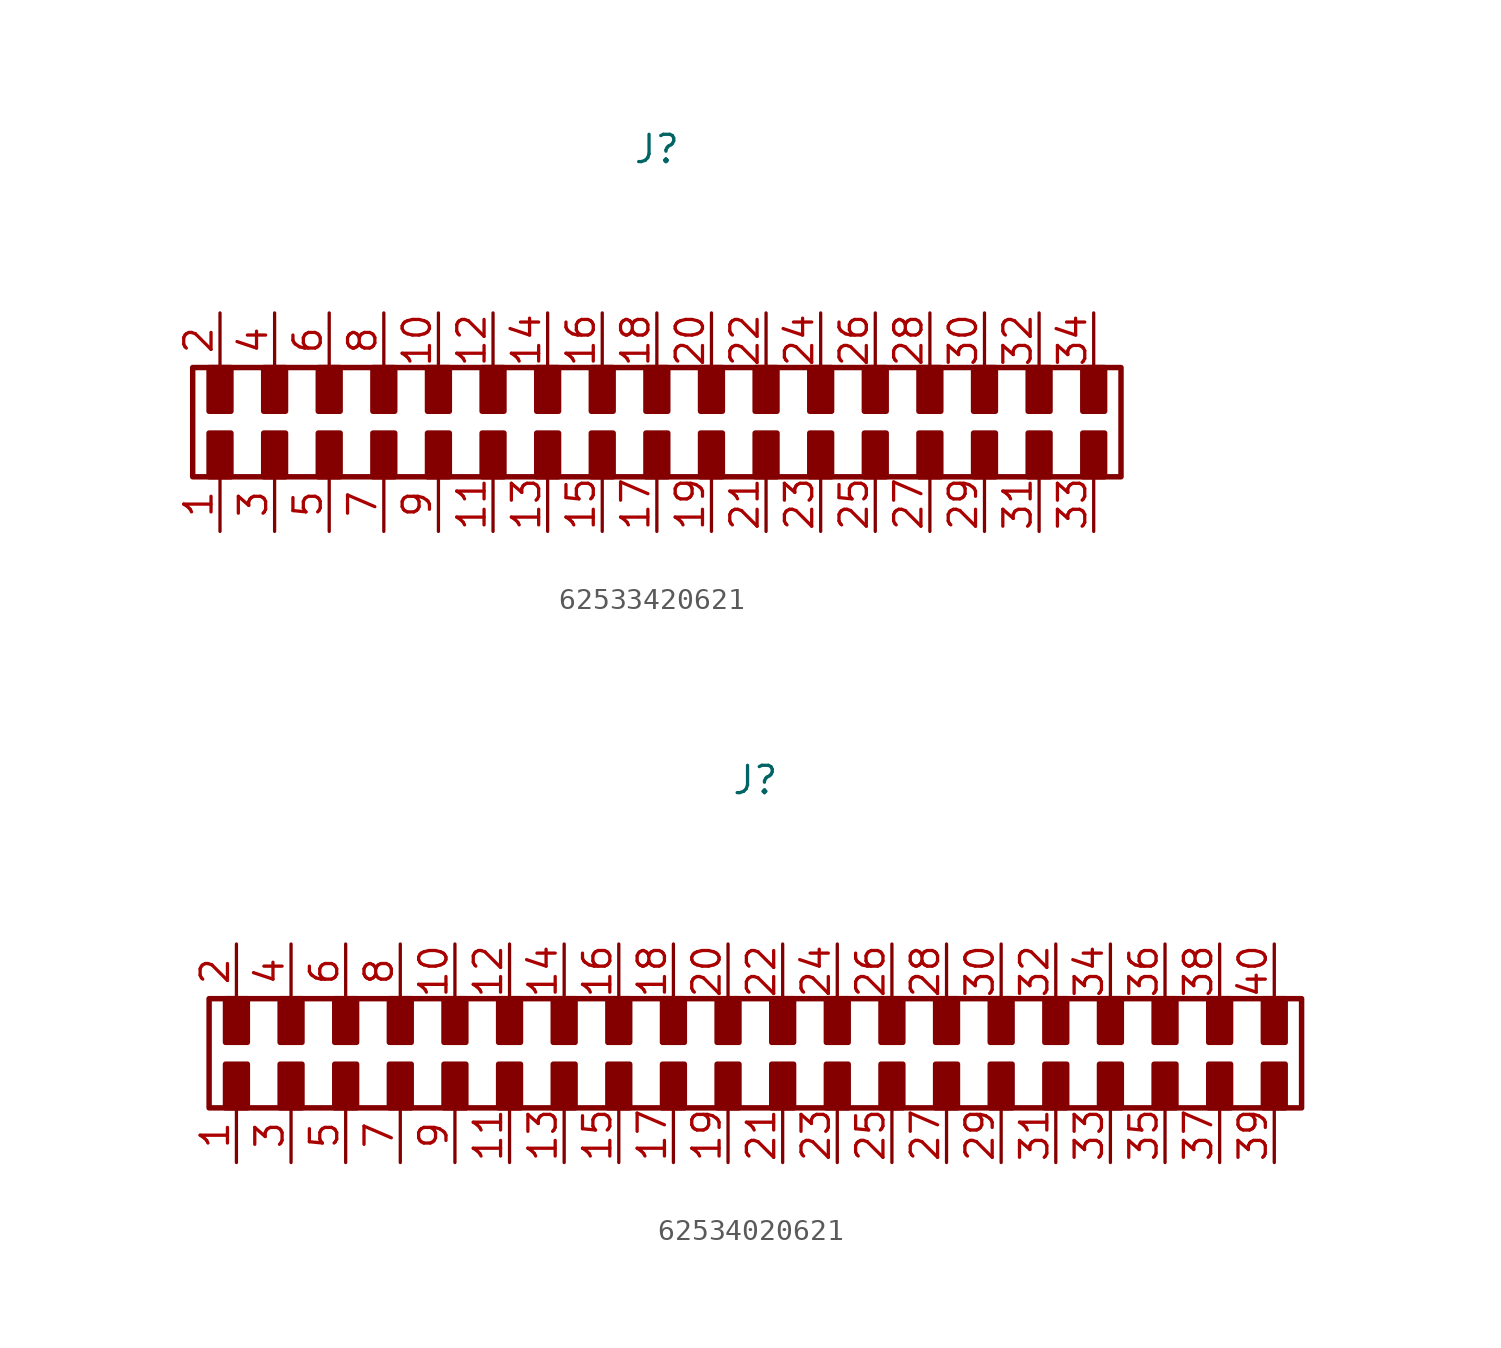
<source format=kicad_sym>
(kicad_symbol_lib
  (version 20241209)
  (generator "kicad_symbol_editor")
  (generator_version "9.0")
  (symbol "62533420621"
    (pin_names
      (hide yes))
    (property "Reference" "J"
      (at 0 12.7 0)
      (effects (font (size 1.27 1.27))))
    (symbol "62533420621_1_1"
      (rectangle (start -21.59 2.54) (end 21.59 -2.54) (stroke (width 0.254) (type solid)) (fill (type none)))
      (rectangle (start -20.828 2.54) (end -19.812 0.508) (stroke (width 0.254) (type solid)) (fill (type outline)))
      (rectangle (start -20.828 -0.508) (end -19.812 -2.54) (stroke (width 0.254) (type solid)) (fill (type outline)))
      (rectangle (start -18.288 2.54) (end -17.272 0.508) (stroke (width 0.254) (type solid)) (fill (type outline)))
      (rectangle (start -18.288 -0.508) (end -17.272 -2.54) (stroke (width 0.254) (type solid)) (fill (type outline)))
      (rectangle (start -15.748 2.54) (end -14.732 0.508) (stroke (width 0.254) (type solid)) (fill (type outline)))
      (rectangle (start -15.748 -0.508) (end -14.732 -2.54) (stroke (width 0.254) (type solid)) (fill (type outline)))
      (rectangle (start -13.208 2.54) (end -12.192 0.508) (stroke (width 0.254) (type solid)) (fill (type outline)))
      (rectangle (start -13.208 -0.508) (end -12.192 -2.54) (stroke (width 0.254) (type solid)) (fill (type outline)))
      (rectangle (start -10.668 2.54) (end -9.652 0.508) (stroke (width 0.254) (type solid)) (fill (type outline)))
      (rectangle (start -10.668 -0.508) (end -9.652 -2.54) (stroke (width 0.254) (type solid)) (fill (type outline)))
      (rectangle (start -8.128 2.54) (end -7.112 0.508) (stroke (width 0.254) (type solid)) (fill (type outline)))
      (rectangle (start -8.128 -0.508) (end -7.112 -2.54) (stroke (width 0.254) (type solid)) (fill (type outline)))
      (rectangle (start -5.588 2.54) (end -4.572 0.508) (stroke (width 0.254) (type solid)) (fill (type outline)))
      (rectangle (start -5.588 -0.508) (end -4.572 -2.54) (stroke (width 0.254) (type solid)) (fill (type outline)))
      (rectangle (start -3.048 2.54) (end -2.032 0.508) (stroke (width 0.254) (type solid)) (fill (type outline)))
      (rectangle (start -3.048 -0.508) (end -2.032 -2.54) (stroke (width 0.254) (type solid)) (fill (type outline)))
      (rectangle (start -0.508 2.54) (end 0.508 0.508) (stroke (width 0.254) (type solid)) (fill (type outline)))
      (rectangle (start -0.508 -0.508) (end 0.508 -2.54) (stroke (width 0.254) (type solid)) (fill (type outline)))
      (rectangle (start 2.032 2.54) (end 3.048 0.508) (stroke (width 0.254) (type solid)) (fill (type outline)))
      (rectangle (start 2.032 -0.508) (end 3.048 -2.54) (stroke (width 0.254) (type solid)) (fill (type outline)))
      (rectangle (start 4.572 2.54) (end 5.588 0.508) (stroke (width 0.254) (type solid)) (fill (type outline)))
      (rectangle (start 4.572 -0.508) (end 5.588 -2.54) (stroke (width 0.254) (type solid)) (fill (type outline)))
      (rectangle (start 7.112 2.54) (end 8.128 0.508) (stroke (width 0.254) (type solid)) (fill (type outline)))
      (rectangle (start 7.112 -0.508) (end 8.128 -2.54) (stroke (width 0.254) (type solid)) (fill (type outline)))
      (rectangle (start 9.652 2.54) (end 10.668 0.508) (stroke (width 0.254) (type solid)) (fill (type outline)))
      (rectangle (start 9.652 -0.508) (end 10.668 -2.54) (stroke (width 0.254) (type solid)) (fill (type outline)))
      (rectangle (start 12.192 2.54) (end 13.208 0.508) (stroke (width 0.254) (type solid)) (fill (type outline)))
      (rectangle (start 12.192 -0.508) (end 13.208 -2.54) (stroke (width 0.254) (type solid)) (fill (type outline)))
      (rectangle (start 14.732 2.54) (end 15.748 0.508) (stroke (width 0.254) (type solid)) (fill (type outline)))
      (rectangle (start 14.732 -0.508) (end 15.748 -2.54) (stroke (width 0.254) (type solid)) (fill (type outline)))
      (rectangle (start 17.272 2.54) (end 18.288 0.508) (stroke (width 0.254) (type solid)) (fill (type outline)))
      (rectangle (start 17.272 -0.508) (end 18.288 -2.54) (stroke (width 0.254) (type solid)) (fill (type outline)))
      (rectangle (start 19.812 2.54) (end 20.828 0.508) (stroke (width 0.254) (type solid)) (fill (type outline)))
      (rectangle (start 19.812 -0.508) (end 20.828 -2.54) (stroke (width 0.254) (type solid)) (fill (type outline)))
      (pin passive line (at -20.32 5.08 270) (length 2.54) (name "2" (effects (font (size 1.27 1.27)))) (number "2" (effects (font (size 1.27 1.27)))))
      (pin passive line (at -20.32 -5.08 90) (length 2.54) (name "1" (effects (font (size 1.27 1.27)))) (number "1" (effects (font (size 1.27 1.27)))))
      (pin passive line (at -17.78 5.08 270) (length 2.54) (name "4" (effects (font (size 1.27 1.27)))) (number "4" (effects (font (size 1.27 1.27)))))
      (pin passive line (at -17.78 -5.08 90) (length 2.54) (name "3" (effects (font (size 1.27 1.27)))) (number "3" (effects (font (size 1.27 1.27)))))
      (pin passive line (at -15.24 5.08 270) (length 2.54) (name "6" (effects (font (size 1.27 1.27)))) (number "6" (effects (font (size 1.27 1.27)))))
      (pin passive line (at -15.24 -5.08 90) (length 2.54) (name "5" (effects (font (size 1.27 1.27)))) (number "5" (effects (font (size 1.27 1.27)))))
      (pin passive line (at -12.7 5.08 270) (length 2.54) (name "8" (effects (font (size 1.27 1.27)))) (number "8" (effects (font (size 1.27 1.27)))))
      (pin passive line (at -12.7 -5.08 90) (length 2.54) (name "7" (effects (font (size 1.27 1.27)))) (number "7" (effects (font (size 1.27 1.27)))))
      (pin passive line (at -10.16 5.08 270) (length 2.54) (name "10" (effects (font (size 1.27 1.27)))) (number "10" (effects (font (size 1.27 1.27)))))
      (pin passive line (at -10.16 -5.08 90) (length 2.54) (name "9" (effects (font (size 1.27 1.27)))) (number "9" (effects (font (size 1.27 1.27)))))
      (pin passive line (at -7.62 5.08 270) (length 2.54) (name "12" (effects (font (size 1.27 1.27)))) (number "12" (effects (font (size 1.27 1.27)))))
      (pin passive line (at -7.62 -5.08 90) (length 2.54) (name "11" (effects (font (size 1.27 1.27)))) (number "11" (effects (font (size 1.27 1.27)))))
      (pin passive line (at -5.08 5.08 270) (length 2.54) (name "14" (effects (font (size 1.27 1.27)))) (number "14" (effects (font (size 1.27 1.27)))))
      (pin passive line (at -5.08 -5.08 90) (length 2.54) (name "13" (effects (font (size 1.27 1.27)))) (number "13" (effects (font (size 1.27 1.27)))))
      (pin passive line (at -2.54 5.08 270) (length 2.54) (name "16" (effects (font (size 1.27 1.27)))) (number "16" (effects (font (size 1.27 1.27)))))
      (pin passive line (at -2.54 -5.08 90) (length 2.54) (name "15" (effects (font (size 1.27 1.27)))) (number "15" (effects (font (size 1.27 1.27)))))
      (pin passive line (at 0 5.08 270) (length 2.54) (name "18" (effects (font (size 1.27 1.27)))) (number "18" (effects (font (size 1.27 1.27)))))
      (pin passive line (at 0 -5.08 90) (length 2.54) (name "17" (effects (font (size 1.27 1.27)))) (number "17" (effects (font (size 1.27 1.27)))))
      (pin passive line (at 2.54 5.08 270) (length 2.54) (name "20" (effects (font (size 1.27 1.27)))) (number "20" (effects (font (size 1.27 1.27)))))
      (pin passive line (at 2.54 -5.08 90) (length 2.54) (name "19" (effects (font (size 1.27 1.27)))) (number "19" (effects (font (size 1.27 1.27)))))
      (pin passive line (at 5.08 5.08 270) (length 2.54) (name "22" (effects (font (size 1.27 1.27)))) (number "22" (effects (font (size 1.27 1.27)))))
      (pin passive line (at 5.08 -5.08 90) (length 2.54) (name "21" (effects (font (size 1.27 1.27)))) (number "21" (effects (font (size 1.27 1.27)))))
      (pin passive line (at 7.62 5.08 270) (length 2.54) (name "24" (effects (font (size 1.27 1.27)))) (number "24" (effects (font (size 1.27 1.27)))))
      (pin passive line (at 7.62 -5.08 90) (length 2.54) (name "23" (effects (font (size 1.27 1.27)))) (number "23" (effects (font (size 1.27 1.27)))))
      (pin passive line (at 10.16 5.08 270) (length 2.54) (name "26" (effects (font (size 1.27 1.27)))) (number "26" (effects (font (size 1.27 1.27)))))
      (pin passive line (at 10.16 -5.08 90) (length 2.54) (name "25" (effects (font (size 1.27 1.27)))) (number "25" (effects (font (size 1.27 1.27)))))
      (pin passive line (at 12.7 5.08 270) (length 2.54) (name "28" (effects (font (size 1.27 1.27)))) (number "28" (effects (font (size 1.27 1.27)))))
      (pin passive line (at 12.7 -5.08 90) (length 2.54) (name "27" (effects (font (size 1.27 1.27)))) (number "27" (effects (font (size 1.27 1.27)))))
      (pin passive line (at 15.24 5.08 270) (length 2.54) (name "30" (effects (font (size 1.27 1.27)))) (number "30" (effects (font (size 1.27 1.27)))))
      (pin passive line (at 15.24 -5.08 90) (length 2.54) (name "29" (effects (font (size 1.27 1.27)))) (number "29" (effects (font (size 1.27 1.27)))))
      (pin passive line (at 17.78 5.08 270) (length 2.54) (name "32" (effects (font (size 1.27 1.27)))) (number "32" (effects (font (size 1.27 1.27)))))
      (pin passive line (at 17.78 -5.08 90) (length 2.54) (name "31" (effects (font (size 1.27 1.27)))) (number "31" (effects (font (size 1.27 1.27)))))
      (pin passive line (at 20.32 5.08 270) (length 2.54) (name "34" (effects (font (size 1.27 1.27)))) (number "34" (effects (font (size 1.27 1.27)))))
      (pin passive line (at 20.32 -5.08 90) (length 2.54) (name "33" (effects (font (size 1.27 1.27)))) (number "33" (effects (font (size 1.27 1.27)))))))
  (symbol "62534020621"
    (pin_names
      (hide yes))
    (property "Reference" "J"
      (at 0 12.7 0)
      (effects (font (size 1.27 1.27))))
    (symbol "62534020621_1_1"
      (rectangle (start -25.4 2.54) (end 25.4 -2.54) (stroke (width 0.254) (type solid)) (fill (type none)))
      (rectangle (start -24.638 2.54) (end -23.622 0.508) (stroke (width 0.254) (type solid)) (fill (type outline)))
      (rectangle (start -24.638 -0.508) (end -23.622 -2.54) (stroke (width 0.254) (type solid)) (fill (type outline)))
      (rectangle (start -22.098 2.54) (end -21.082 0.508) (stroke (width 0.254) (type solid)) (fill (type outline)))
      (rectangle (start -22.098 -0.508) (end -21.082 -2.54) (stroke (width 0.254) (type solid)) (fill (type outline)))
      (rectangle (start -19.558 2.54) (end -18.542 0.508) (stroke (width 0.254) (type solid)) (fill (type outline)))
      (rectangle (start -19.558 -0.508) (end -18.542 -2.54) (stroke (width 0.254) (type solid)) (fill (type outline)))
      (rectangle (start -17.018 2.54) (end -16.002 0.508) (stroke (width 0.254) (type solid)) (fill (type outline)))
      (rectangle (start -17.018 -0.508) (end -16.002 -2.54) (stroke (width 0.254) (type solid)) (fill (type outline)))
      (rectangle (start -14.478 2.54) (end -13.462 0.508) (stroke (width 0.254) (type solid)) (fill (type outline)))
      (rectangle (start -14.478 -0.508) (end -13.462 -2.54) (stroke (width 0.254) (type solid)) (fill (type outline)))
      (rectangle (start -11.938 2.54) (end -10.922 0.508) (stroke (width 0.254) (type solid)) (fill (type outline)))
      (rectangle (start -11.938 -0.508) (end -10.922 -2.54) (stroke (width 0.254) (type solid)) (fill (type outline)))
      (rectangle (start -9.398 2.54) (end -8.382 0.508) (stroke (width 0.254) (type solid)) (fill (type outline)))
      (rectangle (start -9.398 -0.508) (end -8.382 -2.54) (stroke (width 0.254) (type solid)) (fill (type outline)))
      (rectangle (start -6.858 2.54) (end -5.842 0.508) (stroke (width 0.254) (type solid)) (fill (type outline)))
      (rectangle (start -6.858 -0.508) (end -5.842 -2.54) (stroke (width 0.254) (type solid)) (fill (type outline)))
      (rectangle (start -4.318 2.54) (end -3.302 0.508) (stroke (width 0.254) (type solid)) (fill (type outline)))
      (rectangle (start -4.318 -0.508) (end -3.302 -2.54) (stroke (width 0.254) (type solid)) (fill (type outline)))
      (rectangle (start -1.778 2.54) (end -0.762 0.508) (stroke (width 0.254) (type solid)) (fill (type outline)))
      (rectangle (start -1.778 -0.508) (end -0.762 -2.54) (stroke (width 0.254) (type solid)) (fill (type outline)))
      (rectangle (start 0.762 2.54) (end 1.778 0.508) (stroke (width 0.254) (type solid)) (fill (type outline)))
      (rectangle (start 0.762 -0.508) (end 1.778 -2.54) (stroke (width 0.254) (type solid)) (fill (type outline)))
      (rectangle (start 3.302 2.54) (end 4.318 0.508) (stroke (width 0.254) (type solid)) (fill (type outline)))
      (rectangle (start 3.302 -0.508) (end 4.318 -2.54) (stroke (width 0.254) (type solid)) (fill (type outline)))
      (rectangle (start 5.842 2.54) (end 6.858 0.508) (stroke (width 0.254) (type solid)) (fill (type outline)))
      (rectangle (start 5.842 -0.508) (end 6.858 -2.54) (stroke (width 0.254) (type solid)) (fill (type outline)))
      (rectangle (start 8.382 2.54) (end 9.398 0.508) (stroke (width 0.254) (type solid)) (fill (type outline)))
      (rectangle (start 8.382 -0.508) (end 9.398 -2.54) (stroke (width 0.254) (type solid)) (fill (type outline)))
      (rectangle (start 10.922 2.54) (end 11.938 0.508) (stroke (width 0.254) (type solid)) (fill (type outline)))
      (rectangle (start 10.922 -0.508) (end 11.938 -2.54) (stroke (width 0.254) (type solid)) (fill (type outline)))
      (rectangle (start 13.462 2.54) (end 14.478 0.508) (stroke (width 0.254) (type solid)) (fill (type outline)))
      (rectangle (start 13.462 -0.508) (end 14.478 -2.54) (stroke (width 0.254) (type solid)) (fill (type outline)))
      (rectangle (start 16.002 2.54) (end 17.018 0.508) (stroke (width 0.254) (type solid)) (fill (type outline)))
      (rectangle (start 16.002 -0.508) (end 17.018 -2.54) (stroke (width 0.254) (type solid)) (fill (type outline)))
      (rectangle (start 18.542 2.54) (end 19.558 0.508) (stroke (width 0.254) (type solid)) (fill (type outline)))
      (rectangle (start 18.542 -0.508) (end 19.558 -2.54) (stroke (width 0.254) (type solid)) (fill (type outline)))
      (rectangle (start 21.082 2.54) (end 22.098 0.508) (stroke (width 0.254) (type solid)) (fill (type outline)))
      (rectangle (start 21.082 -0.508) (end 22.098 -2.54) (stroke (width 0.254) (type solid)) (fill (type outline)))
      (rectangle (start 23.622 2.54) (end 24.638 0.508) (stroke (width 0.254) (type solid)) (fill (type outline)))
      (rectangle (start 23.622 -0.508) (end 24.638 -2.54) (stroke (width 0.254) (type solid)) (fill (type outline)))
      (pin passive line (at -24.13 5.08 270) (length 2.54) (name "2" (effects (font (size 1.27 1.27)))) (number "2" (effects (font (size 1.27 1.27)))))
      (pin passive line (at -24.13 -5.08 90) (length 2.54) (name "1" (effects (font (size 1.27 1.27)))) (number "1" (effects (font (size 1.27 1.27)))))
      (pin passive line (at -21.59 5.08 270) (length 2.54) (name "4" (effects (font (size 1.27 1.27)))) (number "4" (effects (font (size 1.27 1.27)))))
      (pin passive line (at -21.59 -5.08 90) (length 2.54) (name "3" (effects (font (size 1.27 1.27)))) (number "3" (effects (font (size 1.27 1.27)))))
      (pin passive line (at -19.05 5.08 270) (length 2.54) (name "6" (effects (font (size 1.27 1.27)))) (number "6" (effects (font (size 1.27 1.27)))))
      (pin passive line (at -19.05 -5.08 90) (length 2.54) (name "5" (effects (font (size 1.27 1.27)))) (number "5" (effects (font (size 1.27 1.27)))))
      (pin passive line (at -16.51 5.08 270) (length 2.54) (name "8" (effects (font (size 1.27 1.27)))) (number "8" (effects (font (size 1.27 1.27)))))
      (pin passive line (at -16.51 -5.08 90) (length 2.54) (name "7" (effects (font (size 1.27 1.27)))) (number "7" (effects (font (size 1.27 1.27)))))
      (pin passive line (at -13.97 5.08 270) (length 2.54) (name "10" (effects (font (size 1.27 1.27)))) (number "10" (effects (font (size 1.27 1.27)))))
      (pin passive line (at -13.97 -5.08 90) (length 2.54) (name "9" (effects (font (size 1.27 1.27)))) (number "9" (effects (font (size 1.27 1.27)))))
      (pin passive line (at -11.43 5.08 270) (length 2.54) (name "12" (effects (font (size 1.27 1.27)))) (number "12" (effects (font (size 1.27 1.27)))))
      (pin passive line (at -11.43 -5.08 90) (length 2.54) (name "11" (effects (font (size 1.27 1.27)))) (number "11" (effects (font (size 1.27 1.27)))))
      (pin passive line (at -8.89 5.08 270) (length 2.54) (name "14" (effects (font (size 1.27 1.27)))) (number "14" (effects (font (size 1.27 1.27)))))
      (pin passive line (at -8.89 -5.08 90) (length 2.54) (name "13" (effects (font (size 1.27 1.27)))) (number "13" (effects (font (size 1.27 1.27)))))
      (pin passive line (at -6.35 5.08 270) (length 2.54) (name "16" (effects (font (size 1.27 1.27)))) (number "16" (effects (font (size 1.27 1.27)))))
      (pin passive line (at -6.35 -5.08 90) (length 2.54) (name "15" (effects (font (size 1.27 1.27)))) (number "15" (effects (font (size 1.27 1.27)))))
      (pin passive line (at -3.81 5.08 270) (length 2.54) (name "18" (effects (font (size 1.27 1.27)))) (number "18" (effects (font (size 1.27 1.27)))))
      (pin passive line (at -3.81 -5.08 90) (length 2.54) (name "17" (effects (font (size 1.27 1.27)))) (number "17" (effects (font (size 1.27 1.27)))))
      (pin passive line (at -1.27 5.08 270) (length 2.54) (name "20" (effects (font (size 1.27 1.27)))) (number "20" (effects (font (size 1.27 1.27)))))
      (pin passive line (at -1.27 -5.08 90) (length 2.54) (name "19" (effects (font (size 1.27 1.27)))) (number "19" (effects (font (size 1.27 1.27)))))
      (pin passive line (at 1.27 5.08 270) (length 2.54) (name "22" (effects (font (size 1.27 1.27)))) (number "22" (effects (font (size 1.27 1.27)))))
      (pin passive line (at 1.27 -5.08 90) (length 2.54) (name "21" (effects (font (size 1.27 1.27)))) (number "21" (effects (font (size 1.27 1.27)))))
      (pin passive line (at 3.81 5.08 270) (length 2.54) (name "24" (effects (font (size 1.27 1.27)))) (number "24" (effects (font (size 1.27 1.27)))))
      (pin passive line (at 3.81 -5.08 90) (length 2.54) (name "23" (effects (font (size 1.27 1.27)))) (number "23" (effects (font (size 1.27 1.27)))))
      (pin passive line (at 6.35 5.08 270) (length 2.54) (name "26" (effects (font (size 1.27 1.27)))) (number "26" (effects (font (size 1.27 1.27)))))
      (pin passive line (at 6.35 -5.08 90) (length 2.54) (name "25" (effects (font (size 1.27 1.27)))) (number "25" (effects (font (size 1.27 1.27)))))
      (pin passive line (at 8.89 5.08 270) (length 2.54) (name "28" (effects (font (size 1.27 1.27)))) (number "28" (effects (font (size 1.27 1.27)))))
      (pin passive line (at 8.89 -5.08 90) (length 2.54) (name "27" (effects (font (size 1.27 1.27)))) (number "27" (effects (font (size 1.27 1.27)))))
      (pin passive line (at 11.43 5.08 270) (length 2.54) (name "30" (effects (font (size 1.27 1.27)))) (number "30" (effects (font (size 1.27 1.27)))))
      (pin passive line (at 11.43 -5.08 90) (length 2.54) (name "29" (effects (font (size 1.27 1.27)))) (number "29" (effects (font (size 1.27 1.27)))))
      (pin passive line (at 13.97 5.08 270) (length 2.54) (name "32" (effects (font (size 1.27 1.27)))) (number "32" (effects (font (size 1.27 1.27)))))
      (pin passive line (at 13.97 -5.08 90) (length 2.54) (name "31" (effects (font (size 1.27 1.27)))) (number "31" (effects (font (size 1.27 1.27)))))
      (pin passive line (at 16.51 5.08 270) (length 2.54) (name "34" (effects (font (size 1.27 1.27)))) (number "34" (effects (font (size 1.27 1.27)))))
      (pin passive line (at 16.51 -5.08 90) (length 2.54) (name "33" (effects (font (size 1.27 1.27)))) (number "33" (effects (font (size 1.27 1.27)))))
      (pin passive line (at 19.05 5.08 270) (length 2.54) (name "36" (effects (font (size 1.27 1.27)))) (number "36" (effects (font (size 1.27 1.27)))))
      (pin passive line (at 19.05 -5.08 90) (length 2.54) (name "35" (effects (font (size 1.27 1.27)))) (number "35" (effects (font (size 1.27 1.27)))))
      (pin passive line (at 21.59 5.08 270) (length 2.54) (name "38" (effects (font (size 1.27 1.27)))) (number "38" (effects (font (size 1.27 1.27)))))
      (pin passive line (at 21.59 -5.08 90) (length 2.54) (name "37" (effects (font (size 1.27 1.27)))) (number "37" (effects (font (size 1.27 1.27)))))
      (pin passive line (at 24.13 5.08 270) (length 2.54) (name "40" (effects (font (size 1.27 1.27)))) (number "40" (effects (font (size 1.27 1.27)))))
      (pin passive line (at 24.13 -5.08 90) (length 2.54) (name "39" (effects (font (size 1.27 1.27)))) (number "39" (effects (font (size 1.27 1.27))))))))
</source>
